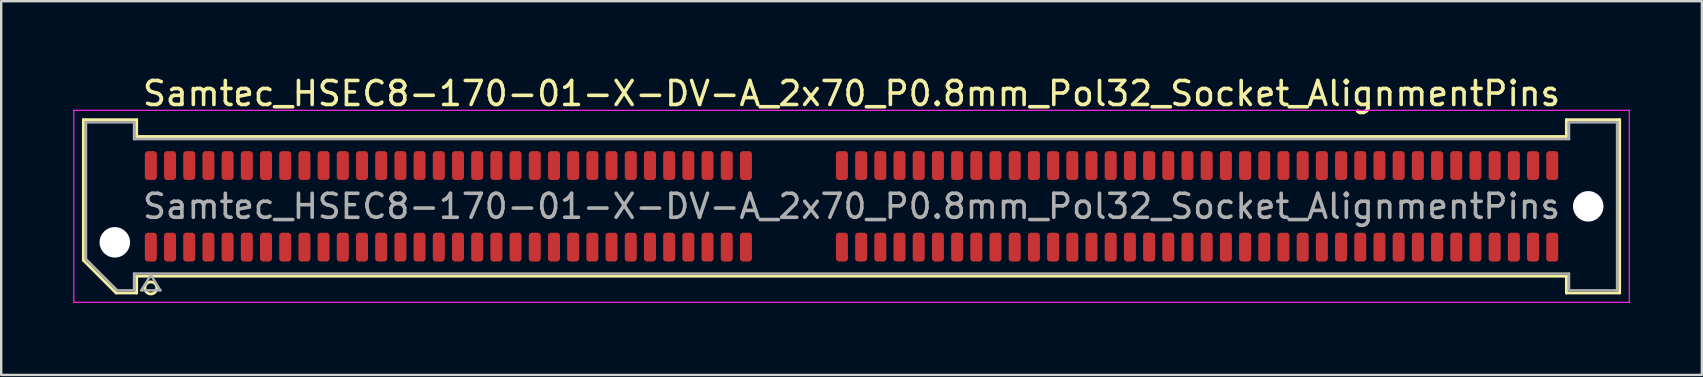
<source format=kicad_pcb>
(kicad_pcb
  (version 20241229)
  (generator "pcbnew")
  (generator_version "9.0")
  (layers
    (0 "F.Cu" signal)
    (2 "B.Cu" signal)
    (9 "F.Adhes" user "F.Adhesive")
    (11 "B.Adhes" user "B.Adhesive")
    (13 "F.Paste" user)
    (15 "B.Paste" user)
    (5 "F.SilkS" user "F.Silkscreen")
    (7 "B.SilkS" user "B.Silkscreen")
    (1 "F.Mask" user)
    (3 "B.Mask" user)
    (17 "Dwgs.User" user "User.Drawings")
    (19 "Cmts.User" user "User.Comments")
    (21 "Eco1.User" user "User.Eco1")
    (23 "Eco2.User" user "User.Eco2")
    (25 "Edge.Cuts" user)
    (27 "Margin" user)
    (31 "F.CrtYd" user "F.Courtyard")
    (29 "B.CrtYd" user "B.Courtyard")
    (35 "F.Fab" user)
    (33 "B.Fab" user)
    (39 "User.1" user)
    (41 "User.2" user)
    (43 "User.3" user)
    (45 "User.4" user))
  (footprint "Samtec_HSEC8-170-01-X-DV-A_2x70_P0.8mm_Pol32_Socket_AlignmentPins"
    (layer "F.Cu")
    (at 32.435 5.548)
    (property "Reference" "Samtec_HSEC8-170-01-X-DV-A_2x70_P0.8mm_Pol32_Socket_AlignmentPins" (at 0 -4.7 0) (layer "F.SilkS") (effects (font (size 1 1) (thickness 0.15))))
    (attr smd)
    (fp_line (start -32.01 -3.61) (end -29.79 -3.61) (stroke (width 0.12) (type solid)) (layer "F.SilkS"))
    (fp_line (start -32.01 2.246) (end -32.01 -3.61) (stroke (width 0.12) (type solid)) (layer "F.SilkS"))
    (fp_line (start -30.646 3.61) (end -32.01 2.246) (stroke (width 0.12) (type solid)) (layer "F.SilkS"))
    (fp_line (start -29.79 -3.61) (end -29.79 -2.91) (stroke (width 0.12) (type solid)) (layer "F.SilkS"))
    (fp_line (start -29.79 -2.91) (end 29.79 -2.91) (stroke (width 0.12) (type solid)) (layer "F.SilkS"))
    (fp_line (start -29.79 2.91) (end -29.79 3.61) (stroke (width 0.12) (type solid)) (layer "F.SilkS"))
    (fp_line (start -29.79 3.61) (end -30.646 3.61) (stroke (width 0.12) (type solid)) (layer "F.SilkS"))
    (fp_line (start 29.79 -3.61) (end 32.01 -3.61) (stroke (width 0.12) (type solid)) (layer "F.SilkS"))
    (fp_line (start 29.79 -2.91) (end 29.79 -3.61) (stroke (width 0.12) (type solid)) (layer "F.SilkS"))
    (fp_line (start 29.79 2.91) (end -29.79 2.91) (stroke (width 0.12) (type solid)) (layer "F.SilkS"))
    (fp_line (start 29.79 3.61) (end 29.79 2.91) (stroke (width 0.12) (type solid)) (layer "F.SilkS"))
    (fp_line (start 32.01 -3.61) (end 32.01 3.61) (stroke (width 0.12) (type solid)) (layer "F.SilkS"))
    (fp_line (start 32.01 3.61) (end 29.79 3.61) (stroke (width 0.12) (type solid)) (layer "F.SilkS"))
    (fp_arc (start -28.95 3.4) (mid -29.45 3.4) (end -28.95 3.4) (stroke (width 0.12) (type solid)) (layer "F.SilkS"))
    (fp_line (start -32.41 -4) (end -32.41 4) (stroke (width 0.05) (type solid)) (layer "F.CrtYd"))
    (fp_line (start -32.41 4) (end 32.41 4) (stroke (width 0.05) (type solid)) (layer "F.CrtYd"))
    (fp_line (start 32.41 -4) (end -32.41 -4) (stroke (width 0.05) (type solid)) (layer "F.CrtYd"))
    (fp_line (start 32.41 4) (end 32.41 -4) (stroke (width 0.05) (type solid)) (layer "F.CrtYd"))
    (fp_line (start -31.9 -3.5) (end -29.9 -3.5) (stroke (width 0.1) (type solid)) (layer "F.Fab"))
    (fp_line (start -31.9 2.2) (end -31.9 -3.5) (stroke (width 0.1) (type solid)) (layer "F.Fab"))
    (fp_line (start -30.6 3.5) (end -31.9 2.2) (stroke (width 0.1) (type solid)) (layer "F.Fab"))
    (fp_line (start -29.9 -3.5) (end -29.9 -2.8) (stroke (width 0.1) (type solid)) (layer "F.Fab"))
    (fp_line (start -29.9 -2.8) (end 29.9 -2.8) (stroke (width 0.1) (type solid)) (layer "F.Fab"))
    (fp_line (start -29.9 2.8) (end -29.9 3.5) (stroke (width 0.1) (type solid)) (layer "F.Fab"))
    (fp_line (start -29.9 3.5) (end -30.6 3.5) (stroke (width 0.1) (type solid)) (layer "F.Fab"))
    (fp_line (start -29.6 3.5) (end -29.2 2.86) (stroke (width 0.1) (type solid)) (layer "F.Fab"))
    (fp_line (start -29.2 2.86) (end -28.8 3.5) (stroke (width 0.1) (type solid)) (layer "F.Fab"))
    (fp_line (start -28.8 3.5) (end -29.6 3.5) (stroke (width 0.1) (type solid)) (layer "F.Fab"))
    (fp_line (start 29.9 -3.5) (end 31.9 -3.5) (stroke (width 0.1) (type solid)) (layer "F.Fab"))
    (fp_line (start 29.9 -2.8) (end 29.9 -3.5) (stroke (width 0.1) (type solid)) (layer "F.Fab"))
    (fp_line (start 29.9 2.8) (end -29.9 2.8) (stroke (width 0.1) (type solid)) (layer "F.Fab"))
    (fp_line (start 29.9 3.5) (end 29.9 2.8) (stroke (width 0.1) (type solid)) (layer "F.Fab"))
    (fp_line (start 31.9 -3.5) (end 31.9 3.5) (stroke (width 0.1) (type solid)) (layer "F.Fab"))
    (fp_line (start 31.9 3.5) (end 29.9 3.5) (stroke (width 0.1) (type solid)) (layer "F.Fab"))
    (fp_text user "${REFERENCE}" (at 0 0 0) (layer "F.Fab") (effects (font (size 1 1) (thickness 0.15))))
    (pad "" np_thru_hole circle (at -30.7 1.5) (size 1.27 1.27) (drill 1.27) (layers "*.Cu" "*.Mask"))
    (pad "" np_thru_hole circle (at 30.7 0) (size 1.27 1.27) (drill 1.27) (layers "*.Cu" "*.Mask"))
    (pad "1" smd roundrect (at -29.2 1.7) (size 0.5 1.2) (layers "F.Cu" "F.Mask" "F.Paste") (roundrect_rratio 0.25))
    (pad "2" smd roundrect (at -29.2 -1.7) (size 0.5 1.2) (layers "F.Cu" "F.Mask" "F.Paste") (roundrect_rratio 0.25))
    (pad "3" smd roundrect (at -28.4 1.7) (size 0.5 1.2) (layers "F.Cu" "F.Mask" "F.Paste") (roundrect_rratio 0.25))
    (pad "4" smd roundrect (at -28.4 -1.7) (size 0.5 1.2) (layers "F.Cu" "F.Mask" "F.Paste") (roundrect_rratio 0.25))
    (pad "5" smd roundrect (at -27.6 1.7) (size 0.5 1.2) (layers "F.Cu" "F.Mask" "F.Paste") (roundrect_rratio 0.25))
    (pad "6" smd roundrect (at -27.6 -1.7) (size 0.5 1.2) (layers "F.Cu" "F.Mask" "F.Paste") (roundrect_rratio 0.25))
    (pad "7" smd roundrect (at -26.8 1.7) (size 0.5 1.2) (layers "F.Cu" "F.Mask" "F.Paste") (roundrect_rratio 0.25))
    (pad "8" smd roundrect (at -26.8 -1.7) (size 0.5 1.2) (layers "F.Cu" "F.Mask" "F.Paste") (roundrect_rratio 0.25))
    (pad "9" smd roundrect (at -26 1.7) (size 0.5 1.2) (layers "F.Cu" "F.Mask" "F.Paste") (roundrect_rratio 0.25))
    (pad "10" smd roundrect (at -26 -1.7) (size 0.5 1.2) (layers "F.Cu" "F.Mask" "F.Paste") (roundrect_rratio 0.25))
    (pad "11" smd roundrect (at -25.2 1.7) (size 0.5 1.2) (layers "F.Cu" "F.Mask" "F.Paste") (roundrect_rratio 0.25))
    (pad "12" smd roundrect (at -25.2 -1.7) (size 0.5 1.2) (layers "F.Cu" "F.Mask" "F.Paste") (roundrect_rratio 0.25))
    (pad "13" smd roundrect (at -24.4 1.7) (size 0.5 1.2) (layers "F.Cu" "F.Mask" "F.Paste") (roundrect_rratio 0.25))
    (pad "14" smd roundrect (at -24.4 -1.7) (size 0.5 1.2) (layers "F.Cu" "F.Mask" "F.Paste") (roundrect_rratio 0.25))
    (pad "15" smd roundrect (at -23.6 1.7) (size 0.5 1.2) (layers "F.Cu" "F.Mask" "F.Paste") (roundrect_rratio 0.25))
    (pad "16" smd roundrect (at -23.6 -1.7) (size 0.5 1.2) (layers "F.Cu" "F.Mask" "F.Paste") (roundrect_rratio 0.25))
    (pad "17" smd roundrect (at -22.8 1.7) (size 0.5 1.2) (layers "F.Cu" "F.Mask" "F.Paste") (roundrect_rratio 0.25))
    (pad "18" smd roundrect (at -22.8 -1.7) (size 0.5 1.2) (layers "F.Cu" "F.Mask" "F.Paste") (roundrect_rratio 0.25))
    (pad "19" smd roundrect (at -22 1.7) (size 0.5 1.2) (layers "F.Cu" "F.Mask" "F.Paste") (roundrect_rratio 0.25))
    (pad "20" smd roundrect (at -22 -1.7) (size 0.5 1.2) (layers "F.Cu" "F.Mask" "F.Paste") (roundrect_rratio 0.25))
    (pad "21" smd roundrect (at -21.2 1.7) (size 0.5 1.2) (layers "F.Cu" "F.Mask" "F.Paste") (roundrect_rratio 0.25))
    (pad "22" smd roundrect (at -21.2 -1.7) (size 0.5 1.2) (layers "F.Cu" "F.Mask" "F.Paste") (roundrect_rratio 0.25))
    (pad "23" smd roundrect (at -20.4 1.7) (size 0.5 1.2) (layers "F.Cu" "F.Mask" "F.Paste") (roundrect_rratio 0.25))
    (pad "24" smd roundrect (at -20.4 -1.7) (size 0.5 1.2) (layers "F.Cu" "F.Mask" "F.Paste") (roundrect_rratio 0.25))
    (pad "25" smd roundrect (at -19.6 1.7) (size 0.5 1.2) (layers "F.Cu" "F.Mask" "F.Paste") (roundrect_rratio 0.25))
    (pad "26" smd roundrect (at -19.6 -1.7) (size 0.5 1.2) (layers "F.Cu" "F.Mask" "F.Paste") (roundrect_rratio 0.25))
    (pad "27" smd roundrect (at -18.8 1.7) (size 0.5 1.2) (layers "F.Cu" "F.Mask" "F.Paste") (roundrect_rratio 0.25))
    (pad "28" smd roundrect (at -18.8 -1.7) (size 0.5 1.2) (layers "F.Cu" "F.Mask" "F.Paste") (roundrect_rratio 0.25))
    (pad "29" smd roundrect (at -18 1.7) (size 0.5 1.2) (layers "F.Cu" "F.Mask" "F.Paste") (roundrect_rratio 0.25))
    (pad "30" smd roundrect (at -18 -1.7) (size 0.5 1.2) (layers "F.Cu" "F.Mask" "F.Paste") (roundrect_rratio 0.25))
    (pad "31" smd roundrect (at -17.2 1.7) (size 0.5 1.2) (layers "F.Cu" "F.Mask" "F.Paste") (roundrect_rratio 0.25))
    (pad "32" smd roundrect (at -17.2 -1.7) (size 0.5 1.2) (layers "F.Cu" "F.Mask" "F.Paste") (roundrect_rratio 0.25))
    (pad "33" smd roundrect (at -16.4 1.7) (size 0.5 1.2) (layers "F.Cu" "F.Mask" "F.Paste") (roundrect_rratio 0.25))
    (pad "34" smd roundrect (at -16.4 -1.7) (size 0.5 1.2) (layers "F.Cu" "F.Mask" "F.Paste") (roundrect_rratio 0.25))
    (pad "35" smd roundrect (at -15.6 1.7) (size 0.5 1.2) (layers "F.Cu" "F.Mask" "F.Paste") (roundrect_rratio 0.25))
    (pad "36" smd roundrect (at -15.6 -1.7) (size 0.5 1.2) (layers "F.Cu" "F.Mask" "F.Paste") (roundrect_rratio 0.25))
    (pad "37" smd roundrect (at -14.8 1.7) (size 0.5 1.2) (layers "F.Cu" "F.Mask" "F.Paste") (roundrect_rratio 0.25))
    (pad "38" smd roundrect (at -14.8 -1.7) (size 0.5 1.2) (layers "F.Cu" "F.Mask" "F.Paste") (roundrect_rratio 0.25))
    (pad "39" smd roundrect (at -14 1.7) (size 0.5 1.2) (layers "F.Cu" "F.Mask" "F.Paste") (roundrect_rratio 0.25))
    (pad "40" smd roundrect (at -14 -1.7) (size 0.5 1.2) (layers "F.Cu" "F.Mask" "F.Paste") (roundrect_rratio 0.25))
    (pad "41" smd roundrect (at -13.2 1.7) (size 0.5 1.2) (layers "F.Cu" "F.Mask" "F.Paste") (roundrect_rratio 0.25))
    (pad "42" smd roundrect (at -13.2 -1.7) (size 0.5 1.2) (layers "F.Cu" "F.Mask" "F.Paste") (roundrect_rratio 0.25))
    (pad "43" smd roundrect (at -12.4 1.7) (size 0.5 1.2) (layers "F.Cu" "F.Mask" "F.Paste") (roundrect_rratio 0.25))
    (pad "44" smd roundrect (at -12.4 -1.7) (size 0.5 1.2) (layers "F.Cu" "F.Mask" "F.Paste") (roundrect_rratio 0.25))
    (pad "45" smd roundrect (at -11.6 1.7) (size 0.5 1.2) (layers "F.Cu" "F.Mask" "F.Paste") (roundrect_rratio 0.25))
    (pad "46" smd roundrect (at -11.6 -1.7) (size 0.5 1.2) (layers "F.Cu" "F.Mask" "F.Paste") (roundrect_rratio 0.25))
    (pad "47" smd roundrect (at -10.8 1.7) (size 0.5 1.2) (layers "F.Cu" "F.Mask" "F.Paste") (roundrect_rratio 0.25))
    (pad "48" smd roundrect (at -10.8 -1.7) (size 0.5 1.2) (layers "F.Cu" "F.Mask" "F.Paste") (roundrect_rratio 0.25))
    (pad "49" smd roundrect (at -10 1.7) (size 0.5 1.2) (layers "F.Cu" "F.Mask" "F.Paste") (roundrect_rratio 0.25))
    (pad "50" smd roundrect (at -10 -1.7) (size 0.5 1.2) (layers "F.Cu" "F.Mask" "F.Paste") (roundrect_rratio 0.25))
    (pad "51" smd roundrect (at -9.2 1.7) (size 0.5 1.2) (layers "F.Cu" "F.Mask" "F.Paste") (roundrect_rratio 0.25))
    (pad "52" smd roundrect (at -9.2 -1.7) (size 0.5 1.2) (layers "F.Cu" "F.Mask" "F.Paste") (roundrect_rratio 0.25))
    (pad "53" smd roundrect (at -8.4 1.7) (size 0.5 1.2) (layers "F.Cu" "F.Mask" "F.Paste") (roundrect_rratio 0.25))
    (pad "54" smd roundrect (at -8.4 -1.7) (size 0.5 1.2) (layers "F.Cu" "F.Mask" "F.Paste") (roundrect_rratio 0.25))
    (pad "55" smd roundrect (at -7.6 1.7) (size 0.5 1.2) (layers "F.Cu" "F.Mask" "F.Paste") (roundrect_rratio 0.25))
    (pad "56" smd roundrect (at -7.6 -1.7) (size 0.5 1.2) (layers "F.Cu" "F.Mask" "F.Paste") (roundrect_rratio 0.25))
    (pad "57" smd roundrect (at -6.8 1.7) (size 0.5 1.2) (layers "F.Cu" "F.Mask" "F.Paste") (roundrect_rratio 0.25))
    (pad "58" smd roundrect (at -6.8 -1.7) (size 0.5 1.2) (layers "F.Cu" "F.Mask" "F.Paste") (roundrect_rratio 0.25))
    (pad "59" smd roundrect (at -6 1.7) (size 0.5 1.2) (layers "F.Cu" "F.Mask" "F.Paste") (roundrect_rratio 0.25))
    (pad "60" smd roundrect (at -6 -1.7) (size 0.5 1.2) (layers "F.Cu" "F.Mask" "F.Paste") (roundrect_rratio 0.25))
    (pad "61" smd roundrect (at -5.2 1.7) (size 0.5 1.2) (layers "F.Cu" "F.Mask" "F.Paste") (roundrect_rratio 0.25))
    (pad "62" smd roundrect (at -5.2 -1.7) (size 0.5 1.2) (layers "F.Cu" "F.Mask" "F.Paste") (roundrect_rratio 0.25))
    (pad "63" smd roundrect (at -4.4 1.7) (size 0.5 1.2) (layers "F.Cu" "F.Mask" "F.Paste") (roundrect_rratio 0.25))
    (pad "64" smd roundrect (at -4.4 -1.7) (size 0.5 1.2) (layers "F.Cu" "F.Mask" "F.Paste") (roundrect_rratio 0.25))
    (pad "65" smd roundrect (at -0.4 1.7) (size 0.5 1.2) (layers "F.Cu" "F.Mask" "F.Paste") (roundrect_rratio 0.25))
    (pad "66" smd roundrect (at -0.4 -1.7) (size 0.5 1.2) (layers "F.Cu" "F.Mask" "F.Paste") (roundrect_rratio 0.25))
    (pad "67" smd roundrect (at 0.4 1.7) (size 0.5 1.2) (layers "F.Cu" "F.Mask" "F.Paste") (roundrect_rratio 0.25))
    (pad "68" smd roundrect (at 0.4 -1.7) (size 0.5 1.2) (layers "F.Cu" "F.Mask" "F.Paste") (roundrect_rratio 0.25))
    (pad "69" smd roundrect (at 1.2 1.7) (size 0.5 1.2) (layers "F.Cu" "F.Mask" "F.Paste") (roundrect_rratio 0.25))
    (pad "70" smd roundrect (at 1.2 -1.7) (size 0.5 1.2) (layers "F.Cu" "F.Mask" "F.Paste") (roundrect_rratio 0.25))
    (pad "71" smd roundrect (at 2 1.7) (size 0.5 1.2) (layers "F.Cu" "F.Mask" "F.Paste") (roundrect_rratio 0.25))
    (pad "72" smd roundrect (at 2 -1.7) (size 0.5 1.2) (layers "F.Cu" "F.Mask" "F.Paste") (roundrect_rratio 0.25))
    (pad "73" smd roundrect (at 2.8 1.7) (size 0.5 1.2) (layers "F.Cu" "F.Mask" "F.Paste") (roundrect_rratio 0.25))
    (pad "74" smd roundrect (at 2.8 -1.7) (size 0.5 1.2) (layers "F.Cu" "F.Mask" "F.Paste") (roundrect_rratio 0.25))
    (pad "75" smd roundrect (at 3.6 1.7) (size 0.5 1.2) (layers "F.Cu" "F.Mask" "F.Paste") (roundrect_rratio 0.25))
    (pad "76" smd roundrect (at 3.6 -1.7) (size 0.5 1.2) (layers "F.Cu" "F.Mask" "F.Paste") (roundrect_rratio 0.25))
    (pad "77" smd roundrect (at 4.4 1.7) (size 0.5 1.2) (layers "F.Cu" "F.Mask" "F.Paste") (roundrect_rratio 0.25))
    (pad "78" smd roundrect (at 4.4 -1.7) (size 0.5 1.2) (layers "F.Cu" "F.Mask" "F.Paste") (roundrect_rratio 0.25))
    (pad "79" smd roundrect (at 5.2 1.7) (size 0.5 1.2) (layers "F.Cu" "F.Mask" "F.Paste") (roundrect_rratio 0.25))
    (pad "80" smd roundrect (at 5.2 -1.7) (size 0.5 1.2) (layers "F.Cu" "F.Mask" "F.Paste") (roundrect_rratio 0.25))
    (pad "81" smd roundrect (at 6 1.7) (size 0.5 1.2) (layers "F.Cu" "F.Mask" "F.Paste") (roundrect_rratio 0.25))
    (pad "82" smd roundrect (at 6 -1.7) (size 0.5 1.2) (layers "F.Cu" "F.Mask" "F.Paste") (roundrect_rratio 0.25))
    (pad "83" smd roundrect (at 6.8 1.7) (size 0.5 1.2) (layers "F.Cu" "F.Mask" "F.Paste") (roundrect_rratio 0.25))
    (pad "84" smd roundrect (at 6.8 -1.7) (size 0.5 1.2) (layers "F.Cu" "F.Mask" "F.Paste") (roundrect_rratio 0.25))
    (pad "85" smd roundrect (at 7.6 1.7) (size 0.5 1.2) (layers "F.Cu" "F.Mask" "F.Paste") (roundrect_rratio 0.25))
    (pad "86" smd roundrect (at 7.6 -1.7) (size 0.5 1.2) (layers "F.Cu" "F.Mask" "F.Paste") (roundrect_rratio 0.25))
    (pad "87" smd roundrect (at 8.4 1.7) (size 0.5 1.2) (layers "F.Cu" "F.Mask" "F.Paste") (roundrect_rratio 0.25))
    (pad "88" smd roundrect (at 8.4 -1.7) (size 0.5 1.2) (layers "F.Cu" "F.Mask" "F.Paste") (roundrect_rratio 0.25))
    (pad "89" smd roundrect (at 9.2 1.7) (size 0.5 1.2) (layers "F.Cu" "F.Mask" "F.Paste") (roundrect_rratio 0.25))
    (pad "90" smd roundrect (at 9.2 -1.7) (size 0.5 1.2) (layers "F.Cu" "F.Mask" "F.Paste") (roundrect_rratio 0.25))
    (pad "91" smd roundrect (at 10 1.7) (size 0.5 1.2) (layers "F.Cu" "F.Mask" "F.Paste") (roundrect_rratio 0.25))
    (pad "92" smd roundrect (at 10 -1.7) (size 0.5 1.2) (layers "F.Cu" "F.Mask" "F.Paste") (roundrect_rratio 0.25))
    (pad "93" smd roundrect (at 10.8 1.7) (size 0.5 1.2) (layers "F.Cu" "F.Mask" "F.Paste") (roundrect_rratio 0.25))
    (pad "94" smd roundrect (at 10.8 -1.7) (size 0.5 1.2) (layers "F.Cu" "F.Mask" "F.Paste") (roundrect_rratio 0.25))
    (pad "95" smd roundrect (at 11.6 1.7) (size 0.5 1.2) (layers "F.Cu" "F.Mask" "F.Paste") (roundrect_rratio 0.25))
    (pad "96" smd roundrect (at 11.6 -1.7) (size 0.5 1.2) (layers "F.Cu" "F.Mask" "F.Paste") (roundrect_rratio 0.25))
    (pad "97" smd roundrect (at 12.4 1.7) (size 0.5 1.2) (layers "F.Cu" "F.Mask" "F.Paste") (roundrect_rratio 0.25))
    (pad "98" smd roundrect (at 12.4 -1.7) (size 0.5 1.2) (layers "F.Cu" "F.Mask" "F.Paste") (roundrect_rratio 0.25))
    (pad "99" smd roundrect (at 13.2 1.7) (size 0.5 1.2) (layers "F.Cu" "F.Mask" "F.Paste") (roundrect_rratio 0.25))
    (pad "100" smd roundrect (at 13.2 -1.7) (size 0.5 1.2) (layers "F.Cu" "F.Mask" "F.Paste") (roundrect_rratio 0.25))
    (pad "101" smd roundrect (at 14 1.7) (size 0.5 1.2) (layers "F.Cu" "F.Mask" "F.Paste") (roundrect_rratio 0.25))
    (pad "102" smd roundrect (at 14 -1.7) (size 0.5 1.2) (layers "F.Cu" "F.Mask" "F.Paste") (roundrect_rratio 0.25))
    (pad "103" smd roundrect (at 14.8 1.7) (size 0.5 1.2) (layers "F.Cu" "F.Mask" "F.Paste") (roundrect_rratio 0.25))
    (pad "104" smd roundrect (at 14.8 -1.7) (size 0.5 1.2) (layers "F.Cu" "F.Mask" "F.Paste") (roundrect_rratio 0.25))
    (pad "105" smd roundrect (at 15.6 1.7) (size 0.5 1.2) (layers "F.Cu" "F.Mask" "F.Paste") (roundrect_rratio 0.25))
    (pad "106" smd roundrect (at 15.6 -1.7) (size 0.5 1.2) (layers "F.Cu" "F.Mask" "F.Paste") (roundrect_rratio 0.25))
    (pad "107" smd roundrect (at 16.4 1.7) (size 0.5 1.2) (layers "F.Cu" "F.Mask" "F.Paste") (roundrect_rratio 0.25))
    (pad "108" smd roundrect (at 16.4 -1.7) (size 0.5 1.2) (layers "F.Cu" "F.Mask" "F.Paste") (roundrect_rratio 0.25))
    (pad "109" smd roundrect (at 17.2 1.7) (size 0.5 1.2) (layers "F.Cu" "F.Mask" "F.Paste") (roundrect_rratio 0.25))
    (pad "110" smd roundrect (at 17.2 -1.7) (size 0.5 1.2) (layers "F.Cu" "F.Mask" "F.Paste") (roundrect_rratio 0.25))
    (pad "111" smd roundrect (at 18 1.7) (size 0.5 1.2) (layers "F.Cu" "F.Mask" "F.Paste") (roundrect_rratio 0.25))
    (pad "112" smd roundrect (at 18 -1.7) (size 0.5 1.2) (layers "F.Cu" "F.Mask" "F.Paste") (roundrect_rratio 0.25))
    (pad "113" smd roundrect (at 18.8 1.7) (size 0.5 1.2) (layers "F.Cu" "F.Mask" "F.Paste") (roundrect_rratio 0.25))
    (pad "114" smd roundrect (at 18.8 -1.7) (size 0.5 1.2) (layers "F.Cu" "F.Mask" "F.Paste") (roundrect_rratio 0.25))
    (pad "115" smd roundrect (at 19.6 1.7) (size 0.5 1.2) (layers "F.Cu" "F.Mask" "F.Paste") (roundrect_rratio 0.25))
    (pad "116" smd roundrect (at 19.6 -1.7) (size 0.5 1.2) (layers "F.Cu" "F.Mask" "F.Paste") (roundrect_rratio 0.25))
    (pad "117" smd roundrect (at 20.4 1.7) (size 0.5 1.2) (layers "F.Cu" "F.Mask" "F.Paste") (roundrect_rratio 0.25))
    (pad "118" smd roundrect (at 20.4 -1.7) (size 0.5 1.2) (layers "F.Cu" "F.Mask" "F.Paste") (roundrect_rratio 0.25))
    (pad "119" smd roundrect (at 21.2 1.7) (size 0.5 1.2) (layers "F.Cu" "F.Mask" "F.Paste") (roundrect_rratio 0.25))
    (pad "120" smd roundrect (at 21.2 -1.7) (size 0.5 1.2) (layers "F.Cu" "F.Mask" "F.Paste") (roundrect_rratio 0.25))
    (pad "121" smd roundrect (at 22 1.7) (size 0.5 1.2) (layers "F.Cu" "F.Mask" "F.Paste") (roundrect_rratio 0.25))
    (pad "122" smd roundrect (at 22 -1.7) (size 0.5 1.2) (layers "F.Cu" "F.Mask" "F.Paste") (roundrect_rratio 0.25))
    (pad "123" smd roundrect (at 22.8 1.7) (size 0.5 1.2) (layers "F.Cu" "F.Mask" "F.Paste") (roundrect_rratio 0.25))
    (pad "124" smd roundrect (at 22.8 -1.7) (size 0.5 1.2) (layers "F.Cu" "F.Mask" "F.Paste") (roundrect_rratio 0.25))
    (pad "125" smd roundrect (at 23.6 1.7) (size 0.5 1.2) (layers "F.Cu" "F.Mask" "F.Paste") (roundrect_rratio 0.25))
    (pad "126" smd roundrect (at 23.6 -1.7) (size 0.5 1.2) (layers "F.Cu" "F.Mask" "F.Paste") (roundrect_rratio 0.25))
    (pad "127" smd roundrect (at 24.4 1.7) (size 0.5 1.2) (layers "F.Cu" "F.Mask" "F.Paste") (roundrect_rratio 0.25))
    (pad "128" smd roundrect (at 24.4 -1.7) (size 0.5 1.2) (layers "F.Cu" "F.Mask" "F.Paste") (roundrect_rratio 0.25))
    (pad "129" smd roundrect (at 25.2 1.7) (size 0.5 1.2) (layers "F.Cu" "F.Mask" "F.Paste") (roundrect_rratio 0.25))
    (pad "130" smd roundrect (at 25.2 -1.7) (size 0.5 1.2) (layers "F.Cu" "F.Mask" "F.Paste") (roundrect_rratio 0.25))
    (pad "131" smd roundrect (at 26 1.7) (size 0.5 1.2) (layers "F.Cu" "F.Mask" "F.Paste") (roundrect_rratio 0.25))
    (pad "132" smd roundrect (at 26 -1.7) (size 0.5 1.2) (layers "F.Cu" "F.Mask" "F.Paste") (roundrect_rratio 0.25))
    (pad "133" smd roundrect (at 26.8 1.7) (size 0.5 1.2) (layers "F.Cu" "F.Mask" "F.Paste") (roundrect_rratio 0.25))
    (pad "134" smd roundrect (at 26.8 -1.7) (size 0.5 1.2) (layers "F.Cu" "F.Mask" "F.Paste") (roundrect_rratio 0.25))
    (pad "135" smd roundrect (at 27.6 1.7) (size 0.5 1.2) (layers "F.Cu" "F.Mask" "F.Paste") (roundrect_rratio 0.25))
    (pad "136" smd roundrect (at 27.6 -1.7) (size 0.5 1.2) (layers "F.Cu" "F.Mask" "F.Paste") (roundrect_rratio 0.25))
    (pad "137" smd roundrect (at 28.4 1.7) (size 0.5 1.2) (layers "F.Cu" "F.Mask" "F.Paste") (roundrect_rratio 0.25))
    (pad "138" smd roundrect (at 28.4 -1.7) (size 0.5 1.2) (layers "F.Cu" "F.Mask" "F.Paste") (roundrect_rratio 0.25))
    (pad "139" smd roundrect (at 29.2 1.7) (size 0.5 1.2) (layers "F.Cu" "F.Mask" "F.Paste") (roundrect_rratio 0.25))
    (pad "140" smd roundrect (at 29.2 -1.7) (size 0.5 1.2) (layers "F.Cu" "F.Mask" "F.Paste") (roundrect_rratio 0.25)))
  (gr_rect
    (start -3 -3)
    (end 67.87 12.573)
    (stroke (width 0.1) (type default))
    (fill no)
    (layer "Edge.Cuts")))
</source>
